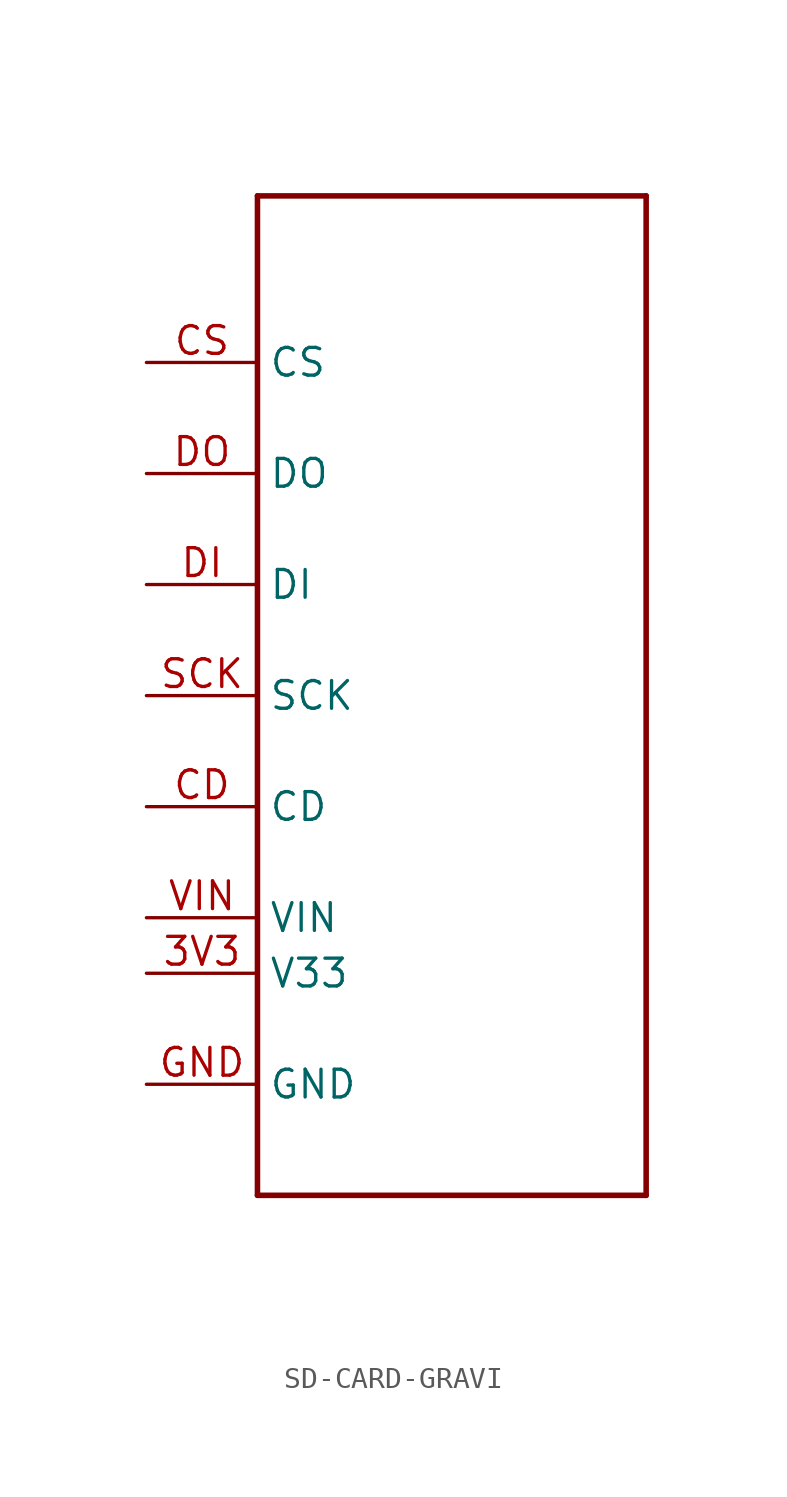
<source format=kicad_sym>
(kicad_symbol_lib
  (version 20220914)
  (generator kicad_symbol_editor)
  (symbol "SD-CARD-GRAVI"
    (property "Reference" ""
      (at -5.08 22.86 0)
      (effects (font (size 1.778 1.511)) (justify left bottom) hide))
    (property "Value" ""
      (at -5.08 -25.4 0)
      (effects (font (size 1.778 1.511)) (justify left bottom)))
    (property "ki_locked" ""
      (at 0 0 0)
      (effects (font (size 1.27 1.27))))
    (symbol "SD-CARD-GRAVI_1_0"
      (polyline (pts (xy -7.62 -22.86) (xy -7.62 22.86)) (stroke (width 0.254) (type solid)) (fill (type none)))
      (polyline (pts (xy -7.62 22.86) (xy 10.16 22.86)) (stroke (width 0.254) (type solid)) (fill (type none)))
      (polyline (pts (xy 10.16 -22.86) (xy -7.62 -22.86)) (stroke (width 0.254) (type solid)) (fill (type none)))
      (polyline (pts (xy 10.16 22.86) (xy 10.16 -22.86)) (stroke (width 0.254) (type solid)) (fill (type none)))
      (pin power_in line (at -12.7 -12.7 0) (length 5.08) (name "V33" (effects (font (size 1.27 1.27)))) (number "3V3" (effects (font (size 1.27 1.27)))))
      (pin input line (at -12.7 -5.08 0) (length 5.08) (name "CD" (effects (font (size 1.27 1.27)))) (number "CD" (effects (font (size 1.27 1.27)))))
      (pin bidirectional line (at -12.7 15.24 0) (length 5.08) (name "CS" (effects (font (size 1.27 1.27)))) (number "CS" (effects (font (size 1.27 1.27)))))
      (pin input line (at -12.7 5.08 0) (length 5.08) (name "DI" (effects (font (size 1.27 1.27)))) (number "DI" (effects (font (size 1.27 1.27)))))
      (pin bidirectional line (at -12.7 10.16 0) (length 5.08) (name "DO" (effects (font (size 1.27 1.27)))) (number "DO" (effects (font (size 1.27 1.27)))))
      (pin power_in line (at -12.7 -17.78 0) (length 5.08) (name "GND" (effects (font (size 1.27 1.27)))) (number "GND" (effects (font (size 1.27 1.27)))))
      (pin input line (at -12.7 0 0) (length 5.08) (name "SCK" (effects (font (size 1.27 1.27)))) (number "SCK" (effects (font (size 1.27 1.27)))))
      (pin power_in line (at -12.7 -10.16 0) (length 5.08) (name "VIN" (effects (font (size 1.27 1.27)))) (number "VIN" (effects (font (size 1.27 1.27))))))))
</source>
